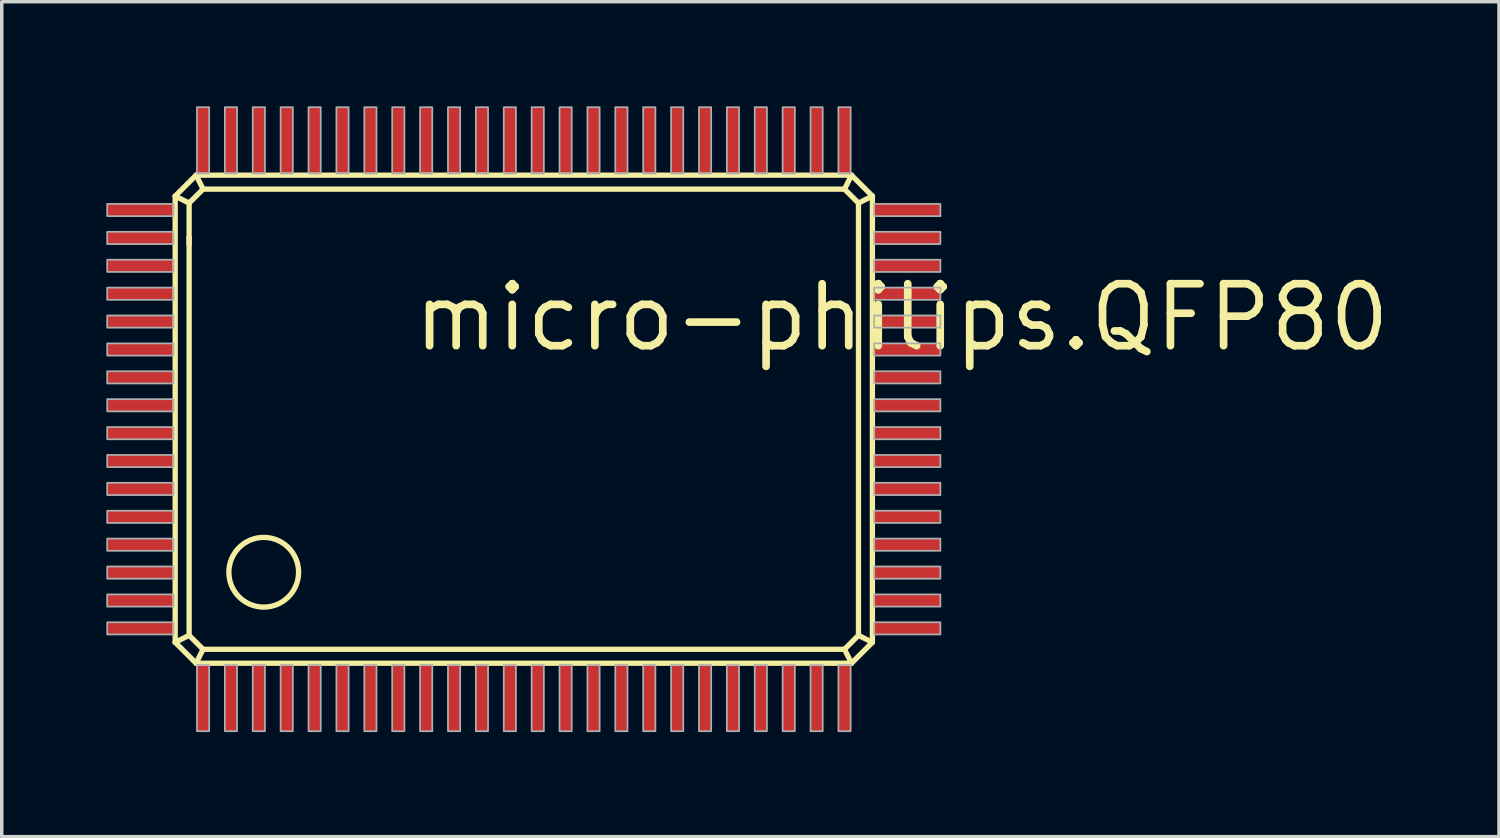
<source format=kicad_pcb>
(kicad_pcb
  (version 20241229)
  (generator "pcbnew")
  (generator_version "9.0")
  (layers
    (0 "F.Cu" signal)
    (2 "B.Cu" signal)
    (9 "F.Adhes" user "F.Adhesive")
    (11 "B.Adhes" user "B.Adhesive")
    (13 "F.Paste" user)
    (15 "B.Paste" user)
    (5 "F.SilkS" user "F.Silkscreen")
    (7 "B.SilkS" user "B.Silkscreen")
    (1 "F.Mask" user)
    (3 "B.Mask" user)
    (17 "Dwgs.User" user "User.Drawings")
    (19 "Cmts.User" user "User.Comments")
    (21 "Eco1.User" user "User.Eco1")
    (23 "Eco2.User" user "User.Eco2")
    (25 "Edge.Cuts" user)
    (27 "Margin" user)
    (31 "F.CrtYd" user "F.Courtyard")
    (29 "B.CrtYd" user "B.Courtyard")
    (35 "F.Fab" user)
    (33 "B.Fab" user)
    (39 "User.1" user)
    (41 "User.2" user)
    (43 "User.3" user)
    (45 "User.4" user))
  (footprint "micro-philips.QFP80"
    (layer "F.Cu")
    (at 11.575 9.445)
    (property "Reference" "micro-philips.QFP80" (at -2.87 -2.35 0) (layer "F.SilkS") (effects (font (size 1.778 1.778) (thickness 0.22)) (justify left bottom)))
    (attr smd)
    (fp_line (start -9.6 -6.87) (end -9 -7.47) (stroke (width 0.152) (type default)) (layer "F.SilkS"))
    (fp_line (start -9.6 5.93) (end -9.6 -6.87) (stroke (width 0.152) (type default)) (layer "F.SilkS"))
    (fp_line (start -9.2 -6.67) (end -9.6 -6.87) (stroke (width 0.152) (type default)) (layer "F.SilkS"))
    (fp_line (start -9.2 -6.67) (end -8.8 -7.07) (stroke (width 0.152) (type default)) (layer "F.SilkS"))
    (fp_line (start -9.2 -5.67) (end -9.2 -6.67) (stroke (width 0.152) (type default)) (layer "F.SilkS"))
    (fp_line (start -9.2 -5.47) (end -9.2 -5.67) (stroke (width 0.152) (type default)) (layer "F.SilkS"))
    (fp_line (start -9.2 5.73) (end -9.6 5.93) (stroke (width 0.152) (type default)) (layer "F.SilkS"))
    (fp_line (start -9.2 5.73) (end -9.2 -5.67) (stroke (width 0.152) (type default)) (layer "F.SilkS"))
    (fp_line (start -9 -7.47) (end -8.8 -7.07) (stroke (width 0.152) (type default)) (layer "F.SilkS"))
    (fp_line (start -9 -7.47) (end 9.8 -7.47) (stroke (width 0.152) (type default)) (layer "F.SilkS"))
    (fp_line (start -9 6.53) (end -9.6 5.93) (stroke (width 0.152) (type default)) (layer "F.SilkS"))
    (fp_line (start -9 6.53) (end -8.8 6.13) (stroke (width 0.152) (type default)) (layer "F.SilkS"))
    (fp_line (start -8.8 -7.07) (end 9.6 -7.07) (stroke (width 0.152) (type default)) (layer "F.SilkS"))
    (fp_line (start -8.8 6.13) (end -9.2 5.73) (stroke (width 0.152) (type default)) (layer "F.SilkS"))
    (fp_line (start 9.6 -7.07) (end 10 -6.67) (stroke (width 0.152) (type default)) (layer "F.SilkS"))
    (fp_line (start 9.6 6.13) (end -8.8 6.13) (stroke (width 0.152) (type default)) (layer "F.SilkS"))
    (fp_line (start 9.8 -7.47) (end 9.6 -7.07) (stroke (width 0.152) (type default)) (layer "F.SilkS"))
    (fp_line (start 9.8 -7.47) (end 10.4 -6.87) (stroke (width 0.152) (type default)) (layer "F.SilkS"))
    (fp_line (start 9.8 6.53) (end -9 6.53) (stroke (width 0.152) (type default)) (layer "F.SilkS"))
    (fp_line (start 9.8 6.53) (end 9.6 6.13) (stroke (width 0.152) (type default)) (layer "F.SilkS"))
    (fp_line (start 10 -6.67) (end 10 5.73) (stroke (width 0.152) (type default)) (layer "F.SilkS"))
    (fp_line (start 10 -6.67) (end 10.4 -6.87) (stroke (width 0.152) (type default)) (layer "F.SilkS"))
    (fp_line (start 10 5.73) (end 9.6 6.13) (stroke (width 0.152) (type default)) (layer "F.SilkS"))
    (fp_line (start 10 5.73) (end 10.4 5.93) (stroke (width 0.152) (type default)) (layer "F.SilkS"))
    (fp_line (start 10.4 -6.87) (end 10.4 5.93) (stroke (width 0.152) (type default)) (layer "F.SilkS"))
    (fp_line (start 10.4 5.93) (end 9.8 6.53) (stroke (width 0.152) (type default)) (layer "F.SilkS"))
    (fp_circle (center -7.06 3.92) (end -6.06 3.92) (stroke (width 0.152) (type default)) (fill no) (layer "F.SilkS"))
    (fp_rect (start -11.55 -6.295) (end -9.65 -6.645) (stroke (width 0.05) (type default)) (fill no) (layer "F.Fab"))
    (fp_rect (start -11.55 -5.495) (end -9.65 -5.845) (stroke (width 0.05) (type default)) (fill no) (layer "F.Fab"))
    (fp_rect (start -11.55 -4.695) (end -9.65 -5.045) (stroke (width 0.05) (type default)) (fill no) (layer "F.Fab"))
    (fp_rect (start -11.55 -3.895) (end -9.65 -4.245) (stroke (width 0.05) (type default)) (fill no) (layer "F.Fab"))
    (fp_rect (start -11.55 -3.095) (end -9.65 -3.445) (stroke (width 0.05) (type default)) (fill no) (layer "F.Fab"))
    (fp_rect (start -11.55 -2.295) (end -9.65 -2.645) (stroke (width 0.05) (type default)) (fill no) (layer "F.Fab"))
    (fp_rect (start -11.55 -1.495) (end -9.65 -1.845) (stroke (width 0.05) (type default)) (fill no) (layer "F.Fab"))
    (fp_rect (start -11.55 -0.695) (end -9.65 -1.045) (stroke (width 0.05) (type default)) (fill no) (layer "F.Fab"))
    (fp_rect (start -11.55 0.105) (end -9.65 -0.245) (stroke (width 0.05) (type default)) (fill no) (layer "F.Fab"))
    (fp_rect (start -11.55 0.905) (end -9.65 0.555) (stroke (width 0.05) (type default)) (fill no) (layer "F.Fab"))
    (fp_rect (start -11.55 1.705) (end -9.65 1.355) (stroke (width 0.05) (type default)) (fill no) (layer "F.Fab"))
    (fp_rect (start -11.55 2.505) (end -9.65 2.155) (stroke (width 0.05) (type default)) (fill no) (layer "F.Fab"))
    (fp_rect (start -11.55 3.305) (end -9.65 2.955) (stroke (width 0.05) (type default)) (fill no) (layer "F.Fab"))
    (fp_rect (start -11.55 4.105) (end -9.65 3.755) (stroke (width 0.05) (type default)) (fill no) (layer "F.Fab"))
    (fp_rect (start -11.55 4.905) (end -9.65 4.555) (stroke (width 0.05) (type default)) (fill no) (layer "F.Fab"))
    (fp_rect (start -11.55 5.705) (end -9.65 5.355) (stroke (width 0.05) (type default)) (fill no) (layer "F.Fab"))
    (fp_rect (start -8.975 -7.52) (end -8.625 -9.42) (stroke (width 0.05) (type default)) (fill no) (layer "F.Fab"))
    (fp_rect (start -8.975 8.48) (end -8.625 6.58) (stroke (width 0.05) (type default)) (fill no) (layer "F.Fab"))
    (fp_rect (start -8.175 -7.52) (end -7.825 -9.42) (stroke (width 0.05) (type default)) (fill no) (layer "F.Fab"))
    (fp_rect (start -8.175 8.48) (end -7.825 6.58) (stroke (width 0.05) (type default)) (fill no) (layer "F.Fab"))
    (fp_rect (start -7.375 -7.52) (end -7.025 -9.42) (stroke (width 0.05) (type default)) (fill no) (layer "F.Fab"))
    (fp_rect (start -7.375 8.48) (end -7.025 6.58) (stroke (width 0.05) (type default)) (fill no) (layer "F.Fab"))
    (fp_rect (start -6.575 -7.52) (end -6.225 -9.42) (stroke (width 0.05) (type default)) (fill no) (layer "F.Fab"))
    (fp_rect (start -6.575 8.48) (end -6.225 6.58) (stroke (width 0.05) (type default)) (fill no) (layer "F.Fab"))
    (fp_rect (start -5.775 -7.52) (end -5.425 -9.42) (stroke (width 0.05) (type default)) (fill no) (layer "F.Fab"))
    (fp_rect (start -5.775 8.48) (end -5.425 6.58) (stroke (width 0.05) (type default)) (fill no) (layer "F.Fab"))
    (fp_rect (start -4.975 -7.52) (end -4.625 -9.42) (stroke (width 0.05) (type default)) (fill no) (layer "F.Fab"))
    (fp_rect (start -4.975 8.48) (end -4.625 6.58) (stroke (width 0.05) (type default)) (fill no) (layer "F.Fab"))
    (fp_rect (start -4.175 -7.52) (end -3.825 -9.42) (stroke (width 0.05) (type default)) (fill no) (layer "F.Fab"))
    (fp_rect (start -4.175 8.48) (end -3.825 6.58) (stroke (width 0.05) (type default)) (fill no) (layer "F.Fab"))
    (fp_rect (start -3.375 -7.52) (end -3.025 -9.42) (stroke (width 0.05) (type default)) (fill no) (layer "F.Fab"))
    (fp_rect (start -3.375 8.48) (end -3.025 6.58) (stroke (width 0.05) (type default)) (fill no) (layer "F.Fab"))
    (fp_rect (start -2.575 -7.52) (end -2.225 -9.42) (stroke (width 0.05) (type default)) (fill no) (layer "F.Fab"))
    (fp_rect (start -2.575 8.48) (end -2.225 6.58) (stroke (width 0.05) (type default)) (fill no) (layer "F.Fab"))
    (fp_rect (start -1.775 -7.52) (end -1.425 -9.42) (stroke (width 0.05) (type default)) (fill no) (layer "F.Fab"))
    (fp_rect (start -1.775 8.48) (end -1.425 6.58) (stroke (width 0.05) (type default)) (fill no) (layer "F.Fab"))
    (fp_rect (start -0.975 -7.52) (end -0.625 -9.42) (stroke (width 0.05) (type default)) (fill no) (layer "F.Fab"))
    (fp_rect (start -0.975 8.48) (end -0.625 6.58) (stroke (width 0.05) (type default)) (fill no) (layer "F.Fab"))
    (fp_rect (start -0.175 -7.52) (end 0.175 -9.42) (stroke (width 0.05) (type default)) (fill no) (layer "F.Fab"))
    (fp_rect (start -0.175 8.48) (end 0.175 6.58) (stroke (width 0.05) (type default)) (fill no) (layer "F.Fab"))
    (fp_rect (start 0.625 -7.52) (end 0.975 -9.42) (stroke (width 0.05) (type default)) (fill no) (layer "F.Fab"))
    (fp_rect (start 0.625 8.48) (end 0.975 6.58) (stroke (width 0.05) (type default)) (fill no) (layer "F.Fab"))
    (fp_rect (start 1.425 -7.52) (end 1.775 -9.42) (stroke (width 0.05) (type default)) (fill no) (layer "F.Fab"))
    (fp_rect (start 1.425 8.48) (end 1.775 6.58) (stroke (width 0.05) (type default)) (fill no) (layer "F.Fab"))
    (fp_rect (start 2.225 -7.52) (end 2.575 -9.42) (stroke (width 0.05) (type default)) (fill no) (layer "F.Fab"))
    (fp_rect (start 2.225 8.48) (end 2.575 6.58) (stroke (width 0.05) (type default)) (fill no) (layer "F.Fab"))
    (fp_rect (start 3.025 -7.52) (end 3.375 -9.42) (stroke (width 0.05) (type default)) (fill no) (layer "F.Fab"))
    (fp_rect (start 3.025 8.48) (end 3.375 6.58) (stroke (width 0.05) (type default)) (fill no) (layer "F.Fab"))
    (fp_rect (start 3.825 -7.52) (end 4.175 -9.42) (stroke (width 0.05) (type default)) (fill no) (layer "F.Fab"))
    (fp_rect (start 3.825 8.48) (end 4.175 6.58) (stroke (width 0.05) (type default)) (fill no) (layer "F.Fab"))
    (fp_rect (start 4.625 -7.52) (end 4.975 -9.42) (stroke (width 0.05) (type default)) (fill no) (layer "F.Fab"))
    (fp_rect (start 4.625 8.48) (end 4.975 6.58) (stroke (width 0.05) (type default)) (fill no) (layer "F.Fab"))
    (fp_rect (start 5.425 -7.52) (end 5.775 -9.42) (stroke (width 0.05) (type default)) (fill no) (layer "F.Fab"))
    (fp_rect (start 5.425 8.48) (end 5.775 6.58) (stroke (width 0.05) (type default)) (fill no) (layer "F.Fab"))
    (fp_rect (start 6.225 -7.52) (end 6.575 -9.42) (stroke (width 0.05) (type default)) (fill no) (layer "F.Fab"))
    (fp_rect (start 6.225 8.48) (end 6.575 6.58) (stroke (width 0.05) (type default)) (fill no) (layer "F.Fab"))
    (fp_rect (start 7.025 -7.52) (end 7.375 -9.42) (stroke (width 0.05) (type default)) (fill no) (layer "F.Fab"))
    (fp_rect (start 7.025 8.48) (end 7.375 6.58) (stroke (width 0.05) (type default)) (fill no) (layer "F.Fab"))
    (fp_rect (start 7.825 -7.52) (end 8.175 -9.42) (stroke (width 0.05) (type default)) (fill no) (layer "F.Fab"))
    (fp_rect (start 7.825 8.48) (end 8.175 6.58) (stroke (width 0.05) (type default)) (fill no) (layer "F.Fab"))
    (fp_rect (start 8.625 -7.52) (end 8.975 -9.42) (stroke (width 0.05) (type default)) (fill no) (layer "F.Fab"))
    (fp_rect (start 8.625 8.48) (end 8.975 6.58) (stroke (width 0.05) (type default)) (fill no) (layer "F.Fab"))
    (fp_rect (start 9.425 -7.52) (end 9.775 -9.42) (stroke (width 0.05) (type default)) (fill no) (layer "F.Fab"))
    (fp_rect (start 9.425 8.48) (end 9.775 6.58) (stroke (width 0.05) (type default)) (fill no) (layer "F.Fab"))
    (fp_rect (start 10.45 -6.295) (end 12.35 -6.645) (stroke (width 0.05) (type default)) (fill no) (layer "F.Fab"))
    (fp_rect (start 10.45 -5.495) (end 12.35 -5.845) (stroke (width 0.05) (type default)) (fill no) (layer "F.Fab"))
    (fp_rect (start 10.45 -4.695) (end 12.35 -5.045) (stroke (width 0.05) (type default)) (fill no) (layer "F.Fab"))
    (fp_rect (start 10.45 -3.895) (end 12.35 -4.245) (stroke (width 0.05) (type default)) (fill no) (layer "F.Fab"))
    (fp_rect (start 10.45 -3.095) (end 12.35 -3.445) (stroke (width 0.05) (type default)) (fill no) (layer "F.Fab"))
    (fp_rect (start 10.45 -2.295) (end 12.35 -2.645) (stroke (width 0.05) (type default)) (fill no) (layer "F.Fab"))
    (fp_rect (start 10.45 -1.495) (end 12.35 -1.845) (stroke (width 0.05) (type default)) (fill no) (layer "F.Fab"))
    (fp_rect (start 10.45 -0.695) (end 12.35 -1.045) (stroke (width 0.05) (type default)) (fill no) (layer "F.Fab"))
    (fp_rect (start 10.45 0.105) (end 12.35 -0.245) (stroke (width 0.05) (type default)) (fill no) (layer "F.Fab"))
    (fp_rect (start 10.45 0.905) (end 12.35 0.555) (stroke (width 0.05) (type default)) (fill no) (layer "F.Fab"))
    (fp_rect (start 10.45 1.705) (end 12.35 1.355) (stroke (width 0.05) (type default)) (fill no) (layer "F.Fab"))
    (fp_rect (start 10.45 2.505) (end 12.35 2.155) (stroke (width 0.05) (type default)) (fill no) (layer "F.Fab"))
    (fp_rect (start 10.45 3.305) (end 12.35 2.955) (stroke (width 0.05) (type default)) (fill no) (layer "F.Fab"))
    (fp_rect (start 10.45 4.105) (end 12.35 3.755) (stroke (width 0.05) (type default)) (fill no) (layer "F.Fab"))
    (fp_rect (start 10.45 4.905) (end 12.35 4.555) (stroke (width 0.05) (type default)) (fill no) (layer "F.Fab"))
    (fp_rect (start 10.45 5.705) (end 12.35 5.355) (stroke (width 0.05) (type default)) (fill no) (layer "F.Fab"))
    (pad "1" smd roundrect (at -8.8 7.53) (size 0.35 1.9) (layers "F.Cu" "F.Mask" "F.Paste") (roundrect_rratio 0.01))
    (pad "2" smd roundrect (at -8 7.53) (size 0.35 1.9) (layers "F.Cu" "F.Mask" "F.Paste") (roundrect_rratio 0.01))
    (pad "3" smd roundrect (at -7.2 7.53) (size 0.35 1.9) (layers "F.Cu" "F.Mask" "F.Paste") (roundrect_rratio 0.01))
    (pad "4" smd roundrect (at -6.4 7.53) (size 0.35 1.9) (layers "F.Cu" "F.Mask" "F.Paste") (roundrect_rratio 0.01))
    (pad "5" smd roundrect (at -5.6 7.53) (size 0.35 1.9) (layers "F.Cu" "F.Mask" "F.Paste") (roundrect_rratio 0.01))
    (pad "6" smd roundrect (at -4.8 7.53) (size 0.35 1.9) (layers "F.Cu" "F.Mask" "F.Paste") (roundrect_rratio 0.01))
    (pad "7" smd roundrect (at -4 7.53) (size 0.35 1.9) (layers "F.Cu" "F.Mask" "F.Paste") (roundrect_rratio 0.01))
    (pad "8" smd roundrect (at -3.2 7.53) (size 0.35 1.9) (layers "F.Cu" "F.Mask" "F.Paste") (roundrect_rratio 0.01))
    (pad "9" smd roundrect (at -2.4 7.53) (size 0.35 1.9) (layers "F.Cu" "F.Mask" "F.Paste") (roundrect_rratio 0.01))
    (pad "10" smd roundrect (at -1.6 7.53) (size 0.35 1.9) (layers "F.Cu" "F.Mask" "F.Paste") (roundrect_rratio 0.01))
    (pad "11" smd roundrect (at -0.8 7.53) (size 0.35 1.9) (layers "F.Cu" "F.Mask" "F.Paste") (roundrect_rratio 0.01))
    (pad "12" smd roundrect (at 0 7.53) (size 0.35 1.9) (layers "F.Cu" "F.Mask" "F.Paste") (roundrect_rratio 0.01))
    (pad "13" smd roundrect (at 0.8 7.53) (size 0.35 1.9) (layers "F.Cu" "F.Mask" "F.Paste") (roundrect_rratio 0.01))
    (pad "14" smd roundrect (at 1.6 7.53) (size 0.35 1.9) (layers "F.Cu" "F.Mask" "F.Paste") (roundrect_rratio 0.01))
    (pad "15" smd roundrect (at 2.4 7.53) (size 0.35 1.9) (layers "F.Cu" "F.Mask" "F.Paste") (roundrect_rratio 0.01))
    (pad "16" smd roundrect (at 3.2 7.53) (size 0.35 1.9) (layers "F.Cu" "F.Mask" "F.Paste") (roundrect_rratio 0.01))
    (pad "17" smd roundrect (at 4 7.53) (size 0.35 1.9) (layers "F.Cu" "F.Mask" "F.Paste") (roundrect_rratio 0.01))
    (pad "18" smd roundrect (at 4.8 7.53) (size 0.35 1.9) (layers "F.Cu" "F.Mask" "F.Paste") (roundrect_rratio 0.01))
    (pad "19" smd roundrect (at 5.6 7.53) (size 0.35 1.9) (layers "F.Cu" "F.Mask" "F.Paste") (roundrect_rratio 0.01))
    (pad "20" smd roundrect (at 6.4 7.53) (size 0.35 1.9) (layers "F.Cu" "F.Mask" "F.Paste") (roundrect_rratio 0.01))
    (pad "21" smd roundrect (at 7.2 7.53) (size 0.35 1.9) (layers "F.Cu" "F.Mask" "F.Paste") (roundrect_rratio 0.01))
    (pad "22" smd roundrect (at 8 7.53) (size 0.35 1.9) (layers "F.Cu" "F.Mask" "F.Paste") (roundrect_rratio 0.01))
    (pad "23" smd roundrect (at 8.8 7.53) (size 0.35 1.9) (layers "F.Cu" "F.Mask" "F.Paste") (roundrect_rratio 0.01))
    (pad "24" smd roundrect (at 9.6 7.53) (size 0.35 1.9) (layers "F.Cu" "F.Mask" "F.Paste") (roundrect_rratio 0.01))
    (pad "25" smd roundrect (at 11.4 5.53) (size 1.9 0.35) (layers "F.Cu" "F.Mask" "F.Paste") (roundrect_rratio 0.01))
    (pad "26" smd roundrect (at 11.4 4.73) (size 1.9 0.35) (layers "F.Cu" "F.Mask" "F.Paste") (roundrect_rratio 0.01))
    (pad "27" smd roundrect (at 11.4 3.93) (size 1.9 0.35) (layers "F.Cu" "F.Mask" "F.Paste") (roundrect_rratio 0.01))
    (pad "28" smd roundrect (at 11.4 3.13) (size 1.9 0.35) (layers "F.Cu" "F.Mask" "F.Paste") (roundrect_rratio 0.01))
    (pad "29" smd roundrect (at 11.4 2.33) (size 1.9 0.35) (layers "F.Cu" "F.Mask" "F.Paste") (roundrect_rratio 0.01))
    (pad "30" smd roundrect (at 11.4 1.53) (size 1.9 0.35) (layers "F.Cu" "F.Mask" "F.Paste") (roundrect_rratio 0.01))
    (pad "31" smd roundrect (at 11.4 0.73) (size 1.9 0.35) (layers "F.Cu" "F.Mask" "F.Paste") (roundrect_rratio 0.01))
    (pad "32" smd roundrect (at 11.4 -0.07) (size 1.9 0.35) (layers "F.Cu" "F.Mask" "F.Paste") (roundrect_rratio 0.01))
    (pad "33" smd roundrect (at 11.4 -0.87) (size 1.9 0.35) (layers "F.Cu" "F.Mask" "F.Paste") (roundrect_rratio 0.01))
    (pad "34" smd roundrect (at 11.4 -1.67) (size 1.9 0.35) (layers "F.Cu" "F.Mask" "F.Paste") (roundrect_rratio 0.01))
    (pad "35" smd roundrect (at 11.4 -2.47) (size 1.9 0.35) (layers "F.Cu" "F.Mask" "F.Paste") (roundrect_rratio 0.01))
    (pad "36" smd roundrect (at 11.4 -3.27) (size 1.9 0.35) (layers "F.Cu" "F.Mask" "F.Paste") (roundrect_rratio 0.01))
    (pad "37" smd roundrect (at 11.4 -4.07) (size 1.9 0.35) (layers "F.Cu" "F.Mask" "F.Paste") (roundrect_rratio 0.01))
    (pad "38" smd roundrect (at 11.4 -4.87) (size 1.9 0.35) (layers "F.Cu" "F.Mask" "F.Paste") (roundrect_rratio 0.01))
    (pad "39" smd roundrect (at 11.4 -5.67) (size 1.9 0.35) (layers "F.Cu" "F.Mask" "F.Paste") (roundrect_rratio 0.01))
    (pad "40" smd roundrect (at 11.4 -6.47) (size 1.9 0.35) (layers "F.Cu" "F.Mask" "F.Paste") (roundrect_rratio 0.01))
    (pad "41" smd roundrect (at 9.6 -8.47) (size 0.35 1.9) (layers "F.Cu" "F.Mask" "F.Paste") (roundrect_rratio 0.01))
    (pad "42" smd roundrect (at 8.8 -8.47) (size 0.35 1.9) (layers "F.Cu" "F.Mask" "F.Paste") (roundrect_rratio 0.01))
    (pad "43" smd roundrect (at 8 -8.47) (size 0.35 1.9) (layers "F.Cu" "F.Mask" "F.Paste") (roundrect_rratio 0.01))
    (pad "44" smd roundrect (at 7.2 -8.47) (size 0.35 1.9) (layers "F.Cu" "F.Mask" "F.Paste") (roundrect_rratio 0.01))
    (pad "45" smd roundrect (at 6.4 -8.47) (size 0.35 1.9) (layers "F.Cu" "F.Mask" "F.Paste") (roundrect_rratio 0.01))
    (pad "46" smd roundrect (at 5.6 -8.47) (size 0.35 1.9) (layers "F.Cu" "F.Mask" "F.Paste") (roundrect_rratio 0.01))
    (pad "47" smd roundrect (at 4.8 -8.47) (size 0.35 1.9) (layers "F.Cu" "F.Mask" "F.Paste") (roundrect_rratio 0.01))
    (pad "48" smd roundrect (at 4 -8.47) (size 0.35 1.9) (layers "F.Cu" "F.Mask" "F.Paste") (roundrect_rratio 0.01))
    (pad "49" smd roundrect (at 3.2 -8.47) (size 0.35 1.9) (layers "F.Cu" "F.Mask" "F.Paste") (roundrect_rratio 0.01))
    (pad "50" smd roundrect (at 2.4 -8.47) (size 0.35 1.9) (layers "F.Cu" "F.Mask" "F.Paste") (roundrect_rratio 0.01))
    (pad "51" smd roundrect (at 1.6 -8.47) (size 0.35 1.9) (layers "F.Cu" "F.Mask" "F.Paste") (roundrect_rratio 0.01))
    (pad "52" smd roundrect (at 0.8 -8.47) (size 0.35 1.9) (layers "F.Cu" "F.Mask" "F.Paste") (roundrect_rratio 0.01))
    (pad "53" smd roundrect (at 0 -8.47) (size 0.35 1.9) (layers "F.Cu" "F.Mask" "F.Paste") (roundrect_rratio 0.01))
    (pad "54" smd roundrect (at -0.8 -8.47) (size 0.35 1.9) (layers "F.Cu" "F.Mask" "F.Paste") (roundrect_rratio 0.01))
    (pad "55" smd roundrect (at -1.6 -8.47) (size 0.35 1.9) (layers "F.Cu" "F.Mask" "F.Paste") (roundrect_rratio 0.01))
    (pad "56" smd roundrect (at -2.4 -8.47) (size 0.35 1.9) (layers "F.Cu" "F.Mask" "F.Paste") (roundrect_rratio 0.01))
    (pad "57" smd roundrect (at -3.2 -8.47) (size 0.35 1.9) (layers "F.Cu" "F.Mask" "F.Paste") (roundrect_rratio 0.01))
    (pad "58" smd roundrect (at -4 -8.47) (size 0.35 1.9) (layers "F.Cu" "F.Mask" "F.Paste") (roundrect_rratio 0.01))
    (pad "59" smd roundrect (at -4.8 -8.47) (size 0.35 1.9) (layers "F.Cu" "F.Mask" "F.Paste") (roundrect_rratio 0.01))
    (pad "60" smd roundrect (at -5.6 -8.47) (size 0.35 1.9) (layers "F.Cu" "F.Mask" "F.Paste") (roundrect_rratio 0.01))
    (pad "61" smd roundrect (at -6.4 -8.47) (size 0.35 1.9) (layers "F.Cu" "F.Mask" "F.Paste") (roundrect_rratio 0.01))
    (pad "62" smd roundrect (at -7.2 -8.47) (size 0.35 1.9) (layers "F.Cu" "F.Mask" "F.Paste") (roundrect_rratio 0.01))
    (pad "63" smd roundrect (at -8 -8.47) (size 0.35 1.9) (layers "F.Cu" "F.Mask" "F.Paste") (roundrect_rratio 0.01))
    (pad "64" smd roundrect (at -8.8 -8.47) (size 0.35 1.9) (layers "F.Cu" "F.Mask" "F.Paste") (roundrect_rratio 0.01))
    (pad "65" smd roundrect (at -10.6 -6.47) (size 1.9 0.35) (layers "F.Cu" "F.Mask" "F.Paste") (roundrect_rratio 0.01))
    (pad "66" smd roundrect (at -10.6 -5.67) (size 1.9 0.35) (layers "F.Cu" "F.Mask" "F.Paste") (roundrect_rratio 0.01))
    (pad "67" smd roundrect (at -10.6 -4.87) (size 1.9 0.35) (layers "F.Cu" "F.Mask" "F.Paste") (roundrect_rratio 0.01))
    (pad "68" smd roundrect (at -10.6 -4.07) (size 1.9 0.35) (layers "F.Cu" "F.Mask" "F.Paste") (roundrect_rratio 0.01))
    (pad "69" smd roundrect (at -10.6 -3.27) (size 1.9 0.35) (layers "F.Cu" "F.Mask" "F.Paste") (roundrect_rratio 0.01))
    (pad "70" smd roundrect (at -10.6 -2.47) (size 1.9 0.35) (layers "F.Cu" "F.Mask" "F.Paste") (roundrect_rratio 0.01))
    (pad "71" smd roundrect (at -10.6 -1.67) (size 1.9 0.35) (layers "F.Cu" "F.Mask" "F.Paste") (roundrect_rratio 0.01))
    (pad "72" smd roundrect (at -10.6 -0.87) (size 1.9 0.35) (layers "F.Cu" "F.Mask" "F.Paste") (roundrect_rratio 0.01))
    (pad "73" smd roundrect (at -10.6 -0.07) (size 1.9 0.35) (layers "F.Cu" "F.Mask" "F.Paste") (roundrect_rratio 0.01))
    (pad "74" smd roundrect (at -10.6 0.73) (size 1.9 0.35) (layers "F.Cu" "F.Mask" "F.Paste") (roundrect_rratio 0.01))
    (pad "75" smd roundrect (at -10.6 1.53) (size 1.9 0.35) (layers "F.Cu" "F.Mask" "F.Paste") (roundrect_rratio 0.01))
    (pad "76" smd roundrect (at -10.6 2.33) (size 1.9 0.35) (layers "F.Cu" "F.Mask" "F.Paste") (roundrect_rratio 0.01))
    (pad "77" smd roundrect (at -10.6 3.13) (size 1.9 0.35) (layers "F.Cu" "F.Mask" "F.Paste") (roundrect_rratio 0.01))
    (pad "78" smd roundrect (at -10.6 3.93) (size 1.9 0.35) (layers "F.Cu" "F.Mask" "F.Paste") (roundrect_rratio 0.01))
    (pad "79" smd roundrect (at -10.6 4.73) (size 1.9 0.35) (layers "F.Cu" "F.Mask" "F.Paste") (roundrect_rratio 0.01))
    (pad "80" smd roundrect (at -10.6 5.53) (size 1.9 0.35) (layers "F.Cu" "F.Mask" "F.Paste") (roundrect_rratio 0.01)))
  (gr_rect
    (start -3 -3)
    (end 39.949 20.95)
    (stroke (width 0.1) (type default))
    (fill no)
    (layer "Edge.Cuts")))
</source>
